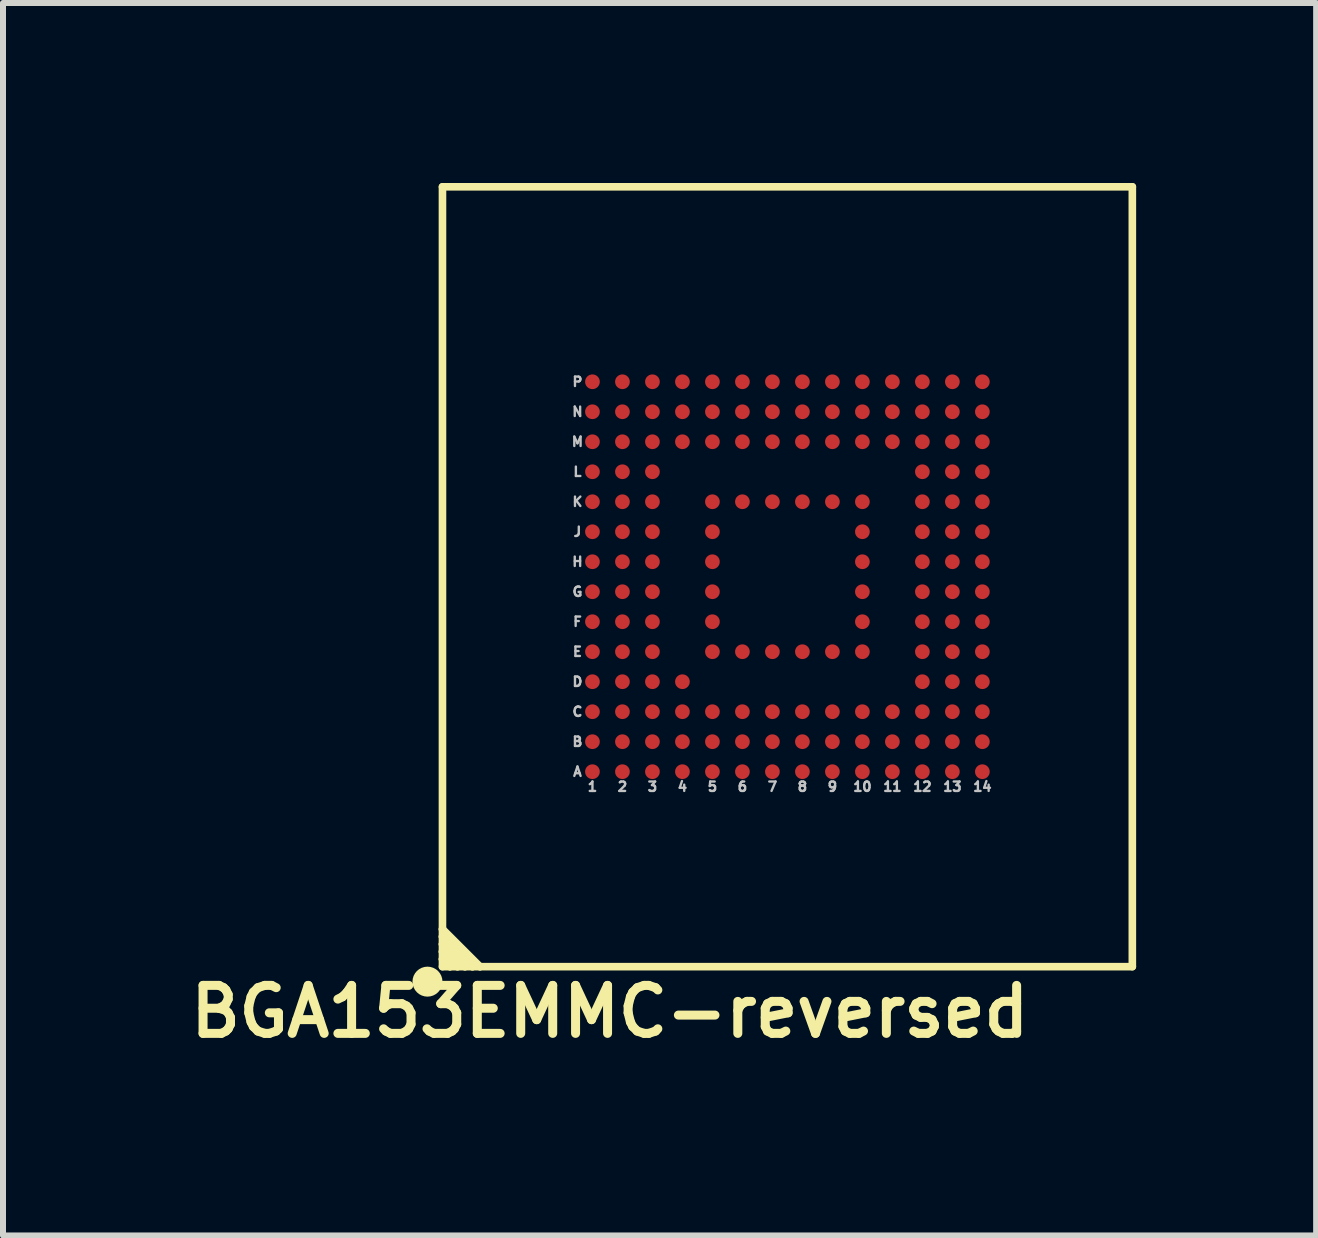
<source format=kicad_pcb>
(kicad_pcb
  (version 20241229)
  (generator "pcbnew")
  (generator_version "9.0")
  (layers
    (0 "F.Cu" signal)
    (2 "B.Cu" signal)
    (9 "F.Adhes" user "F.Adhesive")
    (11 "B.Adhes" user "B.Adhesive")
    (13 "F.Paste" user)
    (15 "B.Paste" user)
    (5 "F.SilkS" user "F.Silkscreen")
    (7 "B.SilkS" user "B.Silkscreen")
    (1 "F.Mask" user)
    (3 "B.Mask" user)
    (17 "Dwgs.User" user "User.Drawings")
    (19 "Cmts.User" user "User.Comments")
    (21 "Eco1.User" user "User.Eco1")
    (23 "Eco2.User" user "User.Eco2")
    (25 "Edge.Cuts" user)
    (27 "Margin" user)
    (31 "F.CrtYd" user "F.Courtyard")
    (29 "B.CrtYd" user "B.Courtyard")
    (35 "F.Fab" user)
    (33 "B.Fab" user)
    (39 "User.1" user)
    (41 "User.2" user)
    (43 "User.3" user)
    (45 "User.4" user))
  (footprint "BGA153EMMC-reversed"
    (layer "F.Cu")
    (at 10.076 7.064)
    (property "Reference" "BGA153EMMC-reversed" (at -2.96 6.75 0) (layer "F.SilkS") (effects (font (size 0.8 0.8) (thickness 0.15))))
    (attr smd)
    (fp_line (start -5.75 -7) (end 5.75 -7) (stroke (width 0.127) (type solid)) (layer "F.SilkS"))
    (fp_line (start -5.75 5.375) (end -5.75 -7) (stroke (width 0.127) (type solid)) (layer "F.SilkS"))
    (fp_line (start -5.75 5.375) (end -5.125 6) (stroke (width 0.127) (type solid)) (layer "F.SilkS"))
    (fp_line (start -5.75 5.5) (end -5.75 5.375) (stroke (width 0.127) (type solid)) (layer "F.SilkS"))
    (fp_line (start -5.75 5.5) (end -5.25 6) (stroke (width 0.127) (type solid)) (layer "F.SilkS"))
    (fp_line (start -5.75 5.625) (end -5.75 5.5) (stroke (width 0.127) (type solid)) (layer "F.SilkS"))
    (fp_line (start -5.75 5.625) (end -5.375 6) (stroke (width 0.127) (type solid)) (layer "F.SilkS"))
    (fp_line (start -5.75 5.75) (end -5.75 5.625) (stroke (width 0.127) (type solid)) (layer "F.SilkS"))
    (fp_line (start -5.75 5.75) (end -5.5 6) (stroke (width 0.127) (type solid)) (layer "F.SilkS"))
    (fp_line (start -5.75 5.875) (end -5.75 5.75) (stroke (width 0.127) (type solid)) (layer "F.SilkS"))
    (fp_line (start -5.75 5.875) (end -5.625 6) (stroke (width 0.127) (type solid)) (layer "F.SilkS"))
    (fp_line (start -5.75 6) (end -5.75 5.875) (stroke (width 0.127) (type solid)) (layer "F.SilkS"))
    (fp_line (start -5.625 6) (end -5.75 6) (stroke (width 0.127) (type solid)) (layer "F.SilkS"))
    (fp_line (start -5.5 6) (end -5.625 6) (stroke (width 0.127) (type solid)) (layer "F.SilkS"))
    (fp_line (start -5.375 6) (end -5.5 6) (stroke (width 0.127) (type solid)) (layer "F.SilkS"))
    (fp_line (start -5.25 6) (end -5.375 6) (stroke (width 0.127) (type solid)) (layer "F.SilkS"))
    (fp_line (start -5.125 6) (end -5.25 6) (stroke (width 0.127) (type solid)) (layer "F.SilkS"))
    (fp_line (start 5.75 -7) (end 5.75 6) (stroke (width 0.127) (type solid)) (layer "F.SilkS"))
    (fp_line (start 5.75 6) (end -5.125 6) (stroke (width 0.127) (type solid)) (layer "F.SilkS"))
    (fp_circle (center -6 6.25) (end -5.875 6.25) (stroke (width 0.25) (type solid)) (fill no) (layer "F.SilkS"))
    (fp_text user "8" (at 0.25 3 0) (layer "Dwgs.User") (effects (font (size 0.157 0.157) (thickness 0.15))))
    (fp_text user "H" (at -3.5 -0.75 0) (layer "Dwgs.User") (effects (font (size 0.157 0.157) (thickness 0.15))))
    (fp_text user "4" (at -1.75 3 0) (layer "Dwgs.User") (effects (font (size 0.157 0.157) (thickness 0.15))))
    (fp_text user "L" (at -3.5 -2.25 0) (layer "Dwgs.User") (effects (font (size 0.157 0.157) (thickness 0.15))))
    (fp_text user "7" (at -0.25 3 0) (layer "Dwgs.User") (effects (font (size 0.157 0.157) (thickness 0.15))))
    (fp_text user "14" (at 3.25 3 0) (layer "Dwgs.User") (effects (font (size 0.157 0.157) (thickness 0.15))))
    (fp_text user "J" (at -3.5 -1.25 0) (layer "Dwgs.User") (effects (font (size 0.157 0.157) (thickness 0.15))))
    (fp_text user "12" (at 2.25 3 0) (layer "Dwgs.User") (effects (font (size 0.157 0.157) (thickness 0.15))))
    (fp_text user "M" (at -3.5 -2.75 0) (layer "Dwgs.User") (effects (font (size 0.157 0.157) (thickness 0.15))))
    (fp_text user "D" (at -3.5 1.25 0) (layer "Dwgs.User") (effects (font (size 0.157 0.157) (thickness 0.15))))
    (fp_text user "2" (at -2.75 3 0) (layer "Dwgs.User") (effects (font (size 0.157 0.157) (thickness 0.15))))
    (fp_text user "9" (at 0.75 3 0) (layer "Dwgs.User") (effects (font (size 0.157 0.157) (thickness 0.15))))
    (fp_text user "3" (at -2.25 3 0) (layer "Dwgs.User") (effects (font (size 0.157 0.157) (thickness 0.15))))
    (fp_text user "E" (at -3.5 0.75 0) (layer "Dwgs.User") (effects (font (size 0.157 0.157) (thickness 0.15))))
    (fp_text user "B" (at -3.5 2.25 0) (layer "Dwgs.User") (effects (font (size 0.157 0.157) (thickness 0.15))))
    (fp_text user "K" (at -3.5 -1.75 0) (layer "Dwgs.User") (effects (font (size 0.157 0.157) (thickness 0.15))))
    (fp_text user "F" (at -3.5 0.25 0) (layer "Dwgs.User") (effects (font (size 0.157 0.157) (thickness 0.15))))
    (fp_text user "11" (at 1.75 3 0) (layer "Dwgs.User") (effects (font (size 0.157 0.157) (thickness 0.15))))
    (fp_text user "G" (at -3.5 -0.25 0) (layer "Dwgs.User") (effects (font (size 0.157 0.157) (thickness 0.15))))
    (fp_text user "C" (at -3.5 1.75 0) (layer "Dwgs.User") (effects (font (size 0.157 0.157) (thickness 0.15))))
    (fp_text user "6" (at -0.75 3 0) (layer "Dwgs.User") (effects (font (size 0.157 0.157) (thickness 0.15))))
    (fp_text user "13" (at 2.75 3 0) (layer "Dwgs.User") (effects (font (size 0.157 0.157) (thickness 0.15))))
    (fp_text user "10" (at 1.25 3 0) (layer "Dwgs.User") (effects (font (size 0.157 0.157) (thickness 0.15))))
    (fp_text user "1" (at -3.25 3 0) (layer "Dwgs.User") (effects (font (size 0.157 0.157) (thickness 0.15))))
    (fp_text user "N" (at -3.5 -3.25 0) (layer "Dwgs.User") (effects (font (size 0.157 0.157) (thickness 0.15))))
    (fp_text user "P" (at -3.5 -3.75 0) (layer "Dwgs.User") (effects (font (size 0.157 0.157) (thickness 0.15))))
    (fp_text user "A" (at -3.5 2.75 0) (layer "Dwgs.User") (effects (font (size 0.157 0.157) (thickness 0.15))))
    (fp_text user "5" (at -1.25 3 0) (layer "Dwgs.User") (effects (font (size 0.157 0.157) (thickness 0.15))))
    (pad "A1" smd circle (at -3.25 2.75) (size 0.245 0.245) (layers "F.Cu" "F.Mask" "F.Paste"))
    (pad "A2" smd circle (at -2.75 2.75) (size 0.245 0.245) (layers "F.Cu" "F.Mask" "F.Paste"))
    (pad "A3" smd circle (at -2.25 2.75) (size 0.245 0.245) (layers "F.Cu" "F.Mask" "F.Paste"))
    (pad "A4" smd circle (at -1.75 2.75) (size 0.245 0.245) (layers "F.Cu" "F.Mask" "F.Paste"))
    (pad "A5" smd circle (at -1.25 2.75) (size 0.245 0.245) (layers "F.Cu" "F.Mask" "F.Paste"))
    (pad "A6" smd circle (at -0.75 2.75) (size 0.245 0.245) (layers "F.Cu" "F.Mask" "F.Paste"))
    (pad "A7" smd circle (at -0.25 2.75) (size 0.245 0.245) (layers "F.Cu" "F.Mask" "F.Paste"))
    (pad "A8" smd circle (at 0.25 2.75) (size 0.245 0.245) (layers "F.Cu" "F.Mask" "F.Paste"))
    (pad "A9" smd circle (at 0.75 2.75) (size 0.245 0.245) (layers "F.Cu" "F.Mask" "F.Paste"))
    (pad "A10" smd circle (at 1.25 2.75) (size 0.245 0.245) (layers "F.Cu" "F.Mask" "F.Paste"))
    (pad "A11" smd circle (at 1.75 2.75) (size 0.245 0.245) (layers "F.Cu" "F.Mask" "F.Paste"))
    (pad "A12" smd circle (at 2.25 2.75) (size 0.245 0.245) (layers "F.Cu" "F.Mask" "F.Paste"))
    (pad "A13" smd circle (at 2.75 2.75) (size 0.245 0.245) (layers "F.Cu" "F.Mask" "F.Paste"))
    (pad "A14" smd circle (at 3.25 2.75) (size 0.245 0.245) (layers "F.Cu" "F.Mask" "F.Paste"))
    (pad "B1" smd circle (at -3.25 2.25) (size 0.245 0.245) (layers "F.Cu" "F.Mask" "F.Paste"))
    (pad "B2" smd circle (at -2.75 2.25) (size 0.245 0.245) (layers "F.Cu" "F.Mask" "F.Paste"))
    (pad "B3" smd circle (at -2.25 2.25) (size 0.245 0.245) (layers "F.Cu" "F.Mask" "F.Paste"))
    (pad "B4" smd circle (at -1.75 2.25) (size 0.245 0.245) (layers "F.Cu" "F.Mask" "F.Paste"))
    (pad "B5" smd circle (at -1.25 2.25) (size 0.245 0.245) (layers "F.Cu" "F.Mask" "F.Paste"))
    (pad "B6" smd circle (at -0.75 2.25) (size 0.245 0.245) (layers "F.Cu" "F.Mask" "F.Paste"))
    (pad "B7" smd circle (at -0.25 2.25) (size 0.245 0.245) (layers "F.Cu" "F.Mask" "F.Paste"))
    (pad "B8" smd circle (at 0.25 2.25) (size 0.245 0.245) (layers "F.Cu" "F.Mask" "F.Paste"))
    (pad "B9" smd circle (at 0.75 2.25) (size 0.245 0.245) (layers "F.Cu" "F.Mask" "F.Paste"))
    (pad "B10" smd circle (at 1.25 2.25) (size 0.245 0.245) (layers "F.Cu" "F.Mask" "F.Paste"))
    (pad "B11" smd circle (at 1.75 2.25) (size 0.245 0.245) (layers "F.Cu" "F.Mask" "F.Paste"))
    (pad "B12" smd circle (at 2.25 2.25) (size 0.245 0.245) (layers "F.Cu" "F.Mask" "F.Paste"))
    (pad "B13" smd circle (at 2.75 2.25) (size 0.245 0.245) (layers "F.Cu" "F.Mask" "F.Paste"))
    (pad "B14" smd circle (at 3.25 2.25) (size 0.245 0.245) (layers "F.Cu" "F.Mask" "F.Paste"))
    (pad "C1" smd circle (at -3.25 1.75) (size 0.245 0.245) (layers "F.Cu" "F.Mask" "F.Paste"))
    (pad "C2" smd circle (at -2.75 1.75) (size 0.245 0.245) (layers "F.Cu" "F.Mask" "F.Paste"))
    (pad "C3" smd circle (at -2.25 1.75) (size 0.245 0.245) (layers "F.Cu" "F.Mask" "F.Paste"))
    (pad "C4" smd circle (at -1.75 1.75) (size 0.245 0.245) (layers "F.Cu" "F.Mask" "F.Paste"))
    (pad "C5" smd circle (at -1.25 1.75) (size 0.245 0.245) (layers "F.Cu" "F.Mask" "F.Paste"))
    (pad "C6" smd circle (at -0.75 1.75) (size 0.245 0.245) (layers "F.Cu" "F.Mask" "F.Paste"))
    (pad "C7" smd circle (at -0.25 1.75) (size 0.245 0.245) (layers "F.Cu" "F.Mask" "F.Paste"))
    (pad "C8" smd circle (at 0.25 1.75) (size 0.245 0.245) (layers "F.Cu" "F.Mask" "F.Paste"))
    (pad "C9" smd circle (at 0.75 1.75) (size 0.245 0.245) (layers "F.Cu" "F.Mask" "F.Paste"))
    (pad "C10" smd circle (at 1.25 1.75) (size 0.245 0.245) (layers "F.Cu" "F.Mask" "F.Paste"))
    (pad "C11" smd circle (at 1.75 1.75) (size 0.245 0.245) (layers "F.Cu" "F.Mask" "F.Paste"))
    (pad "C12" smd circle (at 2.25 1.75) (size 0.245 0.245) (layers "F.Cu" "F.Mask" "F.Paste"))
    (pad "C13" smd circle (at 2.75 1.75) (size 0.245 0.245) (layers "F.Cu" "F.Mask" "F.Paste"))
    (pad "C14" smd circle (at 3.25 1.75) (size 0.245 0.245) (layers "F.Cu" "F.Mask" "F.Paste"))
    (pad "D1" smd circle (at -3.25 1.25) (size 0.245 0.245) (layers "F.Cu" "F.Mask" "F.Paste"))
    (pad "D2" smd circle (at -2.75 1.25) (size 0.245 0.245) (layers "F.Cu" "F.Mask" "F.Paste"))
    (pad "D3" smd circle (at -2.25 1.25) (size 0.245 0.245) (layers "F.Cu" "F.Mask" "F.Paste"))
    (pad "D4" smd circle (at -1.75 1.25) (size 0.245 0.245) (layers "F.Cu" "F.Mask" "F.Paste"))
    (pad "D12" smd circle (at 2.25 1.25) (size 0.245 0.245) (layers "F.Cu" "F.Mask" "F.Paste"))
    (pad "D13" smd circle (at 2.75 1.25) (size 0.245 0.245) (layers "F.Cu" "F.Mask" "F.Paste"))
    (pad "D14" smd circle (at 3.25 1.25) (size 0.245 0.245) (layers "F.Cu" "F.Mask" "F.Paste"))
    (pad "E1" smd circle (at -3.25 0.75) (size 0.245 0.245) (layers "F.Cu" "F.Mask" "F.Paste"))
    (pad "E2" smd circle (at -2.75 0.75) (size 0.245 0.245) (layers "F.Cu" "F.Mask" "F.Paste"))
    (pad "E3" smd circle (at -2.25 0.75) (size 0.245 0.245) (layers "F.Cu" "F.Mask" "F.Paste"))
    (pad "E5" smd circle (at -1.25 0.75) (size 0.245 0.245) (layers "F.Cu" "F.Mask" "F.Paste"))
    (pad "E6" smd circle (at -0.75 0.75) (size 0.245 0.245) (layers "F.Cu" "F.Mask" "F.Paste"))
    (pad "E7" smd circle (at -0.25 0.75) (size 0.245 0.245) (layers "F.Cu" "F.Mask" "F.Paste"))
    (pad "E8" smd circle (at 0.25 0.75) (size 0.245 0.245) (layers "F.Cu" "F.Mask" "F.Paste"))
    (pad "E9" smd circle (at 0.75 0.75) (size 0.245 0.245) (layers "F.Cu" "F.Mask" "F.Paste"))
    (pad "E10" smd circle (at 1.25 0.75) (size 0.245 0.245) (layers "F.Cu" "F.Mask" "F.Paste"))
    (pad "E12" smd circle (at 2.25 0.75) (size 0.245 0.245) (layers "F.Cu" "F.Mask" "F.Paste"))
    (pad "E13" smd circle (at 2.75 0.75) (size 0.245 0.245) (layers "F.Cu" "F.Mask" "F.Paste"))
    (pad "E14" smd circle (at 3.25 0.75) (size 0.245 0.245) (layers "F.Cu" "F.Mask" "F.Paste"))
    (pad "F1" smd circle (at -3.25 0.25) (size 0.245 0.245) (layers "F.Cu" "F.Mask" "F.Paste"))
    (pad "F2" smd circle (at -2.75 0.25) (size 0.245 0.245) (layers "F.Cu" "F.Mask" "F.Paste"))
    (pad "F3" smd circle (at -2.25 0.25) (size 0.245 0.245) (layers "F.Cu" "F.Mask" "F.Paste"))
    (pad "F5" smd circle (at -1.25 0.25) (size 0.245 0.245) (layers "F.Cu" "F.Mask" "F.Paste"))
    (pad "F10" smd circle (at 1.25 0.25) (size 0.245 0.245) (layers "F.Cu" "F.Mask" "F.Paste"))
    (pad "F12" smd circle (at 2.25 0.25) (size 0.245 0.245) (layers "F.Cu" "F.Mask" "F.Paste"))
    (pad "F13" smd circle (at 2.75 0.25) (size 0.245 0.245) (layers "F.Cu" "F.Mask" "F.Paste"))
    (pad "F14" smd circle (at 3.25 0.25) (size 0.245 0.245) (layers "F.Cu" "F.Mask" "F.Paste"))
    (pad "G1" smd circle (at -3.25 -0.25) (size 0.245 0.245) (layers "F.Cu" "F.Mask" "F.Paste"))
    (pad "G2" smd circle (at -2.75 -0.25) (size 0.245 0.245) (layers "F.Cu" "F.Mask" "F.Paste"))
    (pad "G3" smd circle (at -2.25 -0.25) (size 0.245 0.245) (layers "F.Cu" "F.Mask" "F.Paste"))
    (pad "G5" smd circle (at -1.25 -0.25) (size 0.245 0.245) (layers "F.Cu" "F.Mask" "F.Paste"))
    (pad "G10" smd circle (at 1.25 -0.25) (size 0.245 0.245) (layers "F.Cu" "F.Mask" "F.Paste"))
    (pad "G12" smd circle (at 2.25 -0.25) (size 0.245 0.245) (layers "F.Cu" "F.Mask" "F.Paste"))
    (pad "G13" smd circle (at 2.75 -0.25) (size 0.245 0.245) (layers "F.Cu" "F.Mask" "F.Paste"))
    (pad "G14" smd circle (at 3.25 -0.25) (size 0.245 0.245) (layers "F.Cu" "F.Mask" "F.Paste"))
    (pad "H1" smd circle (at -3.25 -0.75) (size 0.245 0.245) (layers "F.Cu" "F.Mask" "F.Paste"))
    (pad "H2" smd circle (at -2.75 -0.75) (size 0.245 0.245) (layers "F.Cu" "F.Mask" "F.Paste"))
    (pad "H3" smd circle (at -2.25 -0.75) (size 0.245 0.245) (layers "F.Cu" "F.Mask" "F.Paste"))
    (pad "H5" smd circle (at -1.25 -0.75) (size 0.245 0.245) (layers "F.Cu" "F.Mask" "F.Paste"))
    (pad "H10" smd circle (at 1.25 -0.75) (size 0.245 0.245) (layers "F.Cu" "F.Mask" "F.Paste"))
    (pad "H12" smd circle (at 2.25 -0.75) (size 0.245 0.245) (layers "F.Cu" "F.Mask" "F.Paste"))
    (pad "H13" smd circle (at 2.75 -0.75) (size 0.245 0.245) (layers "F.Cu" "F.Mask" "F.Paste"))
    (pad "H14" smd circle (at 3.25 -0.75) (size 0.245 0.245) (layers "F.Cu" "F.Mask" "F.Paste"))
    (pad "J1" smd circle (at -3.25 -1.25) (size 0.245 0.245) (layers "F.Cu" "F.Mask" "F.Paste"))
    (pad "J2" smd circle (at -2.75 -1.25) (size 0.245 0.245) (layers "F.Cu" "F.Mask" "F.Paste"))
    (pad "J3" smd circle (at -2.25 -1.25) (size 0.245 0.245) (layers "F.Cu" "F.Mask" "F.Paste"))
    (pad "J5" smd circle (at -1.25 -1.25) (size 0.245 0.245) (layers "F.Cu" "F.Mask" "F.Paste"))
    (pad "J10" smd circle (at 1.25 -1.25) (size 0.245 0.245) (layers "F.Cu" "F.Mask" "F.Paste"))
    (pad "J12" smd circle (at 2.25 -1.25) (size 0.245 0.245) (layers "F.Cu" "F.Mask" "F.Paste"))
    (pad "J13" smd circle (at 2.75 -1.25) (size 0.245 0.245) (layers "F.Cu" "F.Mask" "F.Paste"))
    (pad "J14" smd circle (at 3.25 -1.25) (size 0.245 0.245) (layers "F.Cu" "F.Mask" "F.Paste"))
    (pad "K1" smd circle (at -3.25 -1.75) (size 0.245 0.245) (layers "F.Cu" "F.Mask" "F.Paste"))
    (pad "K2" smd circle (at -2.75 -1.75) (size 0.245 0.245) (layers "F.Cu" "F.Mask" "F.Paste"))
    (pad "K3" smd circle (at -2.25 -1.75) (size 0.245 0.245) (layers "F.Cu" "F.Mask" "F.Paste"))
    (pad "K5" smd circle (at -1.25 -1.75) (size 0.245 0.245) (layers "F.Cu" "F.Mask" "F.Paste"))
    (pad "K6" smd circle (at -0.75 -1.75) (size 0.245 0.245) (layers "F.Cu" "F.Mask" "F.Paste"))
    (pad "K7" smd circle (at -0.25 -1.75) (size 0.245 0.245) (layers "F.Cu" "F.Mask" "F.Paste"))
    (pad "K8" smd circle (at 0.25 -1.75) (size 0.245 0.245) (layers "F.Cu" "F.Mask" "F.Paste"))
    (pad "K9" smd circle (at 0.75 -1.75) (size 0.245 0.245) (layers "F.Cu" "F.Mask" "F.Paste"))
    (pad "K10" smd circle (at 1.25 -1.75) (size 0.245 0.245) (layers "F.Cu" "F.Mask" "F.Paste"))
    (pad "K12" smd circle (at 2.25 -1.75) (size 0.245 0.245) (layers "F.Cu" "F.Mask" "F.Paste"))
    (pad "K13" smd circle (at 2.75 -1.75) (size 0.245 0.245) (layers "F.Cu" "F.Mask" "F.Paste"))
    (pad "K14" smd circle (at 3.25 -1.75) (size 0.245 0.245) (layers "F.Cu" "F.Mask" "F.Paste"))
    (pad "L1" smd circle (at -3.25 -2.25) (size 0.245 0.245) (layers "F.Cu" "F.Mask" "F.Paste"))
    (pad "L2" smd circle (at -2.75 -2.25) (size 0.245 0.245) (layers "F.Cu" "F.Mask" "F.Paste"))
    (pad "L3" smd circle (at -2.25 -2.25) (size 0.245 0.245) (layers "F.Cu" "F.Mask" "F.Paste"))
    (pad "L12" smd circle (at 2.25 -2.25) (size 0.245 0.245) (layers "F.Cu" "F.Mask" "F.Paste"))
    (pad "L13" smd circle (at 2.75 -2.25) (size 0.245 0.245) (layers "F.Cu" "F.Mask" "F.Paste"))
    (pad "L14" smd circle (at 3.25 -2.25) (size 0.245 0.245) (layers "F.Cu" "F.Mask" "F.Paste"))
    (pad "M1" smd circle (at -3.25 -2.75) (size 0.245 0.245) (layers "F.Cu" "F.Mask" "F.Paste"))
    (pad "M2" smd circle (at -2.75 -2.75) (size 0.245 0.245) (layers "F.Cu" "F.Mask" "F.Paste"))
    (pad "M3" smd circle (at -2.25 -2.75) (size 0.245 0.245) (layers "F.Cu" "F.Mask" "F.Paste"))
    (pad "M4" smd circle (at -1.75 -2.75) (size 0.245 0.245) (layers "F.Cu" "F.Mask" "F.Paste"))
    (pad "M5" smd circle (at -1.25 -2.75) (size 0.245 0.245) (layers "F.Cu" "F.Mask" "F.Paste"))
    (pad "M6" smd circle (at -0.75 -2.75) (size 0.245 0.245) (layers "F.Cu" "F.Mask" "F.Paste"))
    (pad "M7" smd circle (at -0.25 -2.75) (size 0.245 0.245) (layers "F.Cu" "F.Mask" "F.Paste"))
    (pad "M8" smd circle (at 0.25 -2.75) (size 0.245 0.245) (layers "F.Cu" "F.Mask" "F.Paste"))
    (pad "M9" smd circle (at 0.75 -2.75) (size 0.245 0.245) (layers "F.Cu" "F.Mask" "F.Paste"))
    (pad "M10" smd circle (at 1.25 -2.75) (size 0.245 0.245) (layers "F.Cu" "F.Mask" "F.Paste"))
    (pad "M11" smd circle (at 1.75 -2.75) (size 0.245 0.245) (layers "F.Cu" "F.Mask" "F.Paste"))
    (pad "M12" smd circle (at 2.25 -2.75) (size 0.245 0.245) (layers "F.Cu" "F.Mask" "F.Paste"))
    (pad "M13" smd circle (at 2.75 -2.75) (size 0.245 0.245) (layers "F.Cu" "F.Mask" "F.Paste"))
    (pad "M14" smd circle (at 3.25 -2.75) (size 0.245 0.245) (layers "F.Cu" "F.Mask" "F.Paste"))
    (pad "N1" smd circle (at -3.25 -3.25) (size 0.245 0.245) (layers "F.Cu" "F.Mask" "F.Paste"))
    (pad "N2" smd circle (at -2.75 -3.25) (size 0.245 0.245) (layers "F.Cu" "F.Mask" "F.Paste"))
    (pad "N3" smd circle (at -2.25 -3.25) (size 0.245 0.245) (layers "F.Cu" "F.Mask" "F.Paste"))
    (pad "N4" smd circle (at -1.75 -3.25) (size 0.245 0.245) (layers "F.Cu" "F.Mask" "F.Paste"))
    (pad "N5" smd circle (at -1.25 -3.25) (size 0.245 0.245) (layers "F.Cu" "F.Mask" "F.Paste"))
    (pad "N6" smd circle (at -0.75 -3.25) (size 0.245 0.245) (layers "F.Cu" "F.Mask" "F.Paste"))
    (pad "N7" smd circle (at -0.25 -3.25) (size 0.245 0.245) (layers "F.Cu" "F.Mask" "F.Paste"))
    (pad "N8" smd circle (at 0.25 -3.25) (size 0.245 0.245) (layers "F.Cu" "F.Mask" "F.Paste"))
    (pad "N9" smd circle (at 0.75 -3.25) (size 0.245 0.245) (layers "F.Cu" "F.Mask" "F.Paste"))
    (pad "N10" smd circle (at 1.25 -3.25) (size 0.245 0.245) (layers "F.Cu" "F.Mask" "F.Paste"))
    (pad "N11" smd circle (at 1.75 -3.25) (size 0.245 0.245) (layers "F.Cu" "F.Mask" "F.Paste"))
    (pad "N12" smd circle (at 2.25 -3.25) (size 0.245 0.245) (layers "F.Cu" "F.Mask" "F.Paste"))
    (pad "N13" smd circle (at 2.75 -3.25) (size 0.245 0.245) (layers "F.Cu" "F.Mask" "F.Paste"))
    (pad "N14" smd circle (at 3.25 -3.25) (size 0.245 0.245) (layers "F.Cu" "F.Mask" "F.Paste"))
    (pad "P1" smd circle (at -3.25 -3.75) (size 0.245 0.245) (layers "F.Cu" "F.Mask" "F.Paste"))
    (pad "P2" smd circle (at -2.75 -3.75) (size 0.245 0.245) (layers "F.Cu" "F.Mask" "F.Paste"))
    (pad "P3" smd circle (at -2.25 -3.75) (size 0.245 0.245) (layers "F.Cu" "F.Mask" "F.Paste"))
    (pad "P4" smd circle (at -1.75 -3.75) (size 0.245 0.245) (layers "F.Cu" "F.Mask" "F.Paste"))
    (pad "P5" smd circle (at -1.25 -3.75) (size 0.245 0.245) (layers "F.Cu" "F.Mask" "F.Paste"))
    (pad "P6" smd circle (at -0.75 -3.75) (size 0.245 0.245) (layers "F.Cu" "F.Mask" "F.Paste"))
    (pad "P7" smd circle (at -0.25 -3.75) (size 0.245 0.245) (layers "F.Cu" "F.Mask" "F.Paste"))
    (pad "P8" smd circle (at 0.25 -3.75) (size 0.245 0.245) (layers "F.Cu" "F.Mask" "F.Paste"))
    (pad "P9" smd circle (at 0.75 -3.75) (size 0.245 0.245) (layers "F.Cu" "F.Mask" "F.Paste"))
    (pad "P10" smd circle (at 1.25 -3.75) (size 0.245 0.245) (layers "F.Cu" "F.Mask" "F.Paste"))
    (pad "P11" smd circle (at 1.75 -3.75) (size 0.245 0.245) (layers "F.Cu" "F.Mask" "F.Paste"))
    (pad "P12" smd circle (at 2.25 -3.75) (size 0.245 0.245) (layers "F.Cu" "F.Mask" "F.Paste"))
    (pad "P13" smd circle (at 2.75 -3.75) (size 0.245 0.245) (layers "F.Cu" "F.Mask" "F.Paste"))
    (pad "P14" smd circle (at 3.25 -3.75) (size 0.245 0.245) (layers "F.Cu" "F.Mask" "F.Paste")))
  (gr_rect
    (start -3 -3)
    (end 18.89 17.545)
    (stroke (width 0.1) (type default))
    (fill no)
    (layer "Edge.Cuts")))
</source>
